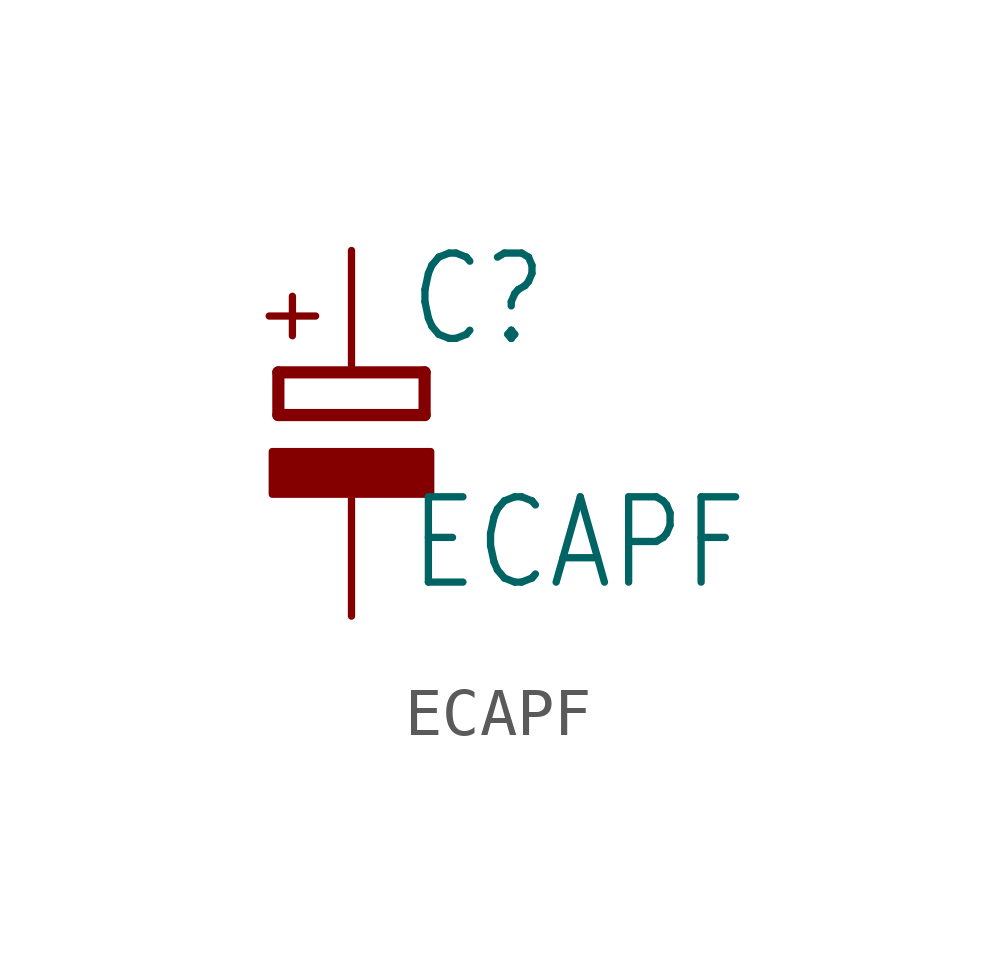
<source format=kicad_sym>
(kicad_symbol_lib
  (version 20211014)
  (generator kicad_symbol_editor)
  (symbol "ECAPF"
    (property "Reference" "C"
      (at 1.143 0.483 0)
      (effects (font (size 1.778 1.511)) (justify left bottom)))
    (property "Value" "ECAPF"
      (at 1.143 -4.597 0)
      (effects (font (size 1.778 1.511)) (justify left bottom)))
    (property "ki_locked" ""
      (at 0 0 0)
      (effects (font (size 1.27 1.27))))
    (symbol "ECAPF_1_0"
      (rectangle (start -1.651 -2.54) (end 1.651 -1.651) (stroke (width 0) (type default) (color 0 0 0 0)) (fill (type outline)))
      (polyline (pts (xy -1.524 -0.889) (xy 1.524 -0.889)) (stroke (width 0.254) (type default) (color 0 0 0 0)) (fill (type none)))
      (polyline (pts (xy -1.524 0) (xy -1.524 -0.889)) (stroke (width 0.254) (type default) (color 0 0 0 0)) (fill (type none)))
      (polyline (pts (xy -1.524 0) (xy 1.524 0)) (stroke (width 0.254) (type default) (color 0 0 0 0)) (fill (type none)))
      (polyline (pts (xy 1.524 -0.889) (xy 1.524 0)) (stroke (width 0.254) (type default) (color 0 0 0 0)) (fill (type none)))
      (text "+" (at -0.584 0.406 900) (effects (font (size 1.27 1.079)) (justify left bottom)))
      (pin passive line (at 0 2.54 270) (length 2.54) (name "+" (effects (font (size 0 0)))) (number "1" (effects (font (size 0 0)))))
      (pin passive line (at 0 -5.08 90) (length 2.54) (name "-" (effects (font (size 0 0)))) (number "2" (effects (font (size 0 0))))))))
</source>
